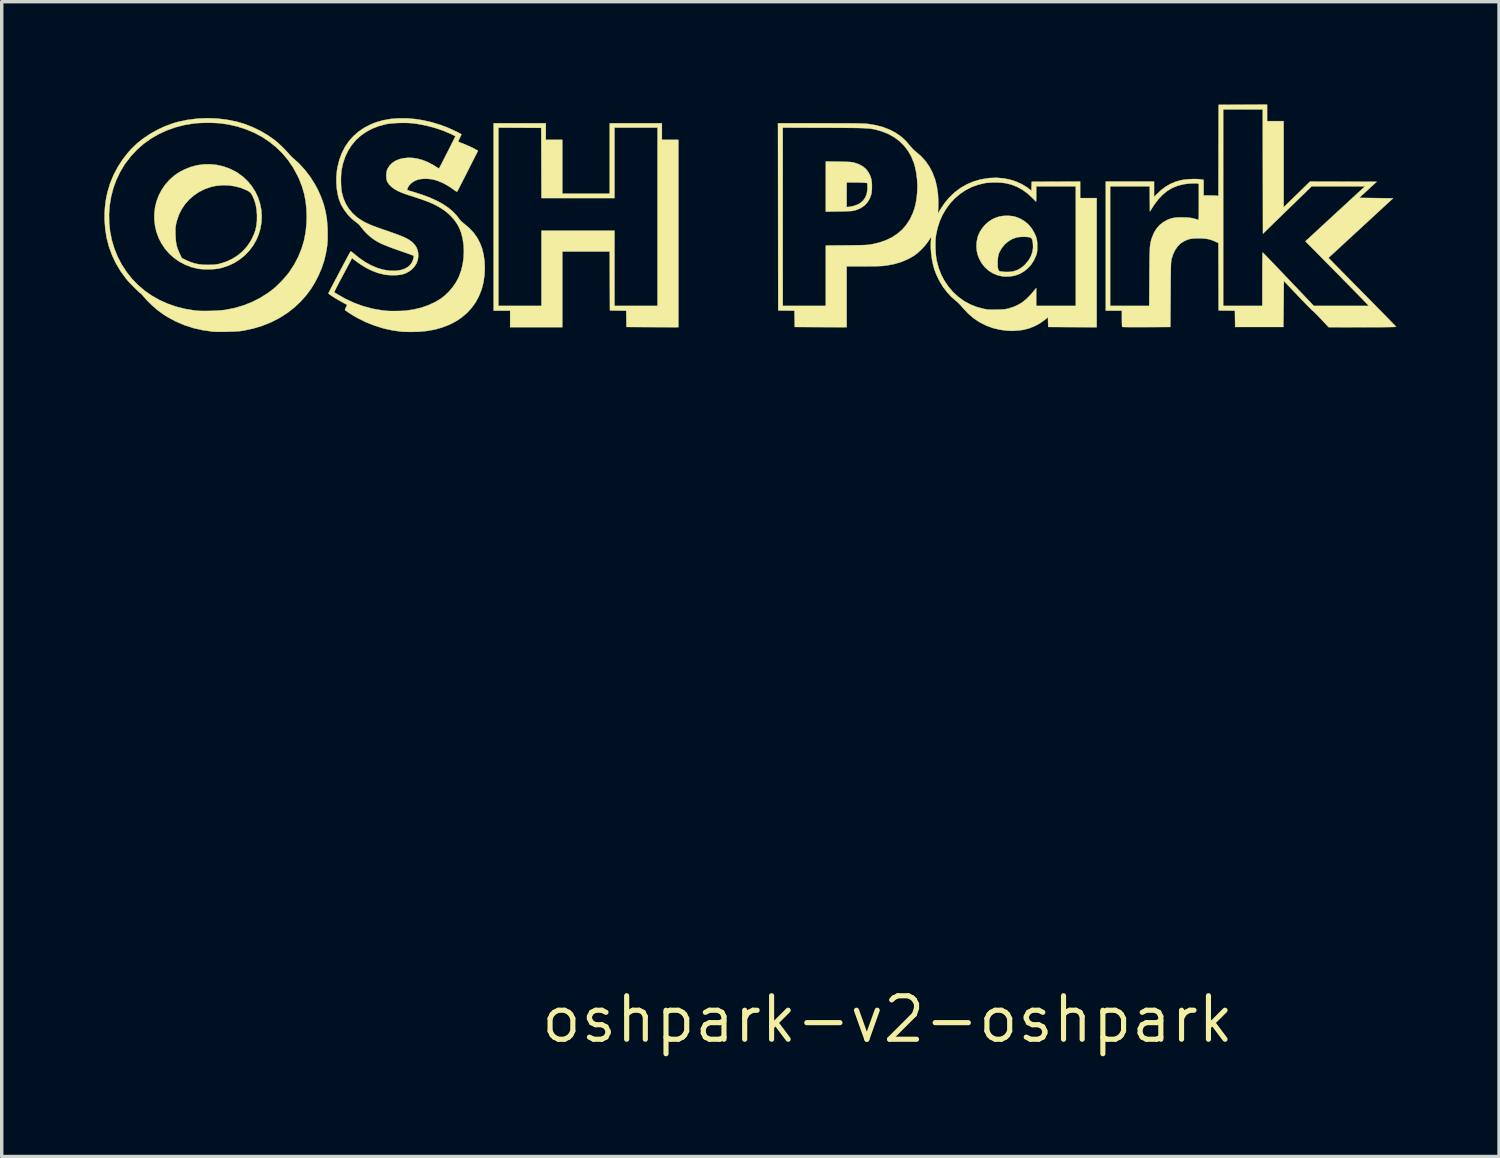
<source format=kicad_pcb>
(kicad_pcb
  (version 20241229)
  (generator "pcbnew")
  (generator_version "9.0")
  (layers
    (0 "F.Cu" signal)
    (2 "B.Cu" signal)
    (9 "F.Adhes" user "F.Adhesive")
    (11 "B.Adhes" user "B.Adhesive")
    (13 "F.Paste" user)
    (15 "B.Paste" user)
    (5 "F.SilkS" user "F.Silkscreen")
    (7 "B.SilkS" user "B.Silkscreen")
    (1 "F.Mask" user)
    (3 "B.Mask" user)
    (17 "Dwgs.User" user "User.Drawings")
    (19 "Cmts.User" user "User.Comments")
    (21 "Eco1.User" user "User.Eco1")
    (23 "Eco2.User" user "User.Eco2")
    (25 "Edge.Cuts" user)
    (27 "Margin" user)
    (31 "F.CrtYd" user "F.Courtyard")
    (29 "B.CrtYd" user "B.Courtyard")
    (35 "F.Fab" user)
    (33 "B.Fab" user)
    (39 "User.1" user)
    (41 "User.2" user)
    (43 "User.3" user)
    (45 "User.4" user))
  (footprint "oshpark-v2-oshpark"
    (layer "F.Cu")
    (at 22.875 26.726)
    (property "Reference" "oshpark-v2-oshpark" (at 0 0 0) (layer "F.SilkS") (effects (font (size 1.27 1.27) (thickness 0.15))))
    (attr through_hole)
    (fp_poly (pts (xy -9.982 -25.692) (xy -9.5 -25.692) (xy -9.5 -24.117) (xy -8.115 -24.117) (xy -8.115 -26.175) (xy -6.591 -26.175) (xy -6.591 -25.692) (xy -6.109 -25.692) (xy -6.109 -20.218) (xy -6.868 -20.221) (xy -7.626 -20.225) (xy -7.63 -20.463) (xy -7.633 -20.7) (xy -7.871 -20.704) (xy -8.109 -20.707) (xy -8.115 -22.428) (xy -9.5 -22.428) (xy -9.5 -20.218) (xy -11.024 -20.218) (xy -11.024 -20.701) (xy -11.506 -20.701) (xy -11.506 -20.841) (xy -11.367 -20.841) (xy -10.109 -20.841) (xy -10.109 -23.038) (xy -7.976 -23.038) (xy -7.976 -20.841) (xy -6.718 -20.841) (xy -6.718 -26.048) (xy -7.976 -26.048) (xy -7.976 -23.99) (xy -10.109 -23.99) (xy -10.116 -26.041) (xy -11.367 -26.048) (xy -11.367 -20.841) (xy -11.506 -20.841) (xy -11.506 -26.175) (xy -9.982 -26.175) (xy -9.982 -25.692)) (stroke (width 0.01) (type solid)) (fill yes) (layer "F.SilkS"))
    (fp_poly (pts (xy -1.432 -25.054) (xy -1.321 -25.052) (xy -1.232 -25.05) (xy -1.162 -25.048) (xy -1.106 -25.045) (xy -1.062 -25.041) (xy -1.026 -25.036) (xy -0.993 -25.029) (xy -0.963 -25.022) (xy -0.832 -24.976) (xy -0.722 -24.915) (xy -0.63 -24.838) (xy -0.558 -24.745) (xy -0.503 -24.635) (xy -0.476 -24.55) (xy -0.464 -24.482) (xy -0.457 -24.399) (xy -0.456 -24.309) (xy -0.459 -24.22) (xy -0.467 -24.141) (xy -0.476 -24.098) (xy -0.52 -23.976) (xy -0.584 -23.87) (xy -0.666 -23.78) (xy -0.768 -23.707) (xy -0.888 -23.651) (xy -0.969 -23.626) (xy -1 -23.62) (xy -1.039 -23.614) (xy -1.09 -23.61) (xy -1.155 -23.607) (xy -1.238 -23.604) (xy -1.341 -23.601) (xy -1.426 -23.6) (xy -1.803 -23.594) (xy -1.803 -23.727) (xy -1.194 -23.727) (xy -1.133 -23.733) (xy -1.086 -23.74) (xy -1.03 -23.75) (xy -0.997 -23.758) (xy -0.88 -23.798) (xy -0.783 -23.854) (xy -0.704 -23.928) (xy -0.645 -24.017) (xy -0.606 -24.121) (xy -0.588 -24.241) (xy -0.587 -24.333) (xy -0.591 -24.428) (xy -0.654 -24.437) (xy -0.687 -24.44) (xy -0.741 -24.442) (xy -0.808 -24.444) (xy -0.885 -24.446) (xy -0.956 -24.446) (xy -1.194 -24.448) (xy -1.194 -23.727) (xy -1.803 -23.727) (xy -1.803 -25.06) (xy -1.432 -25.054)) (stroke (width 0.01) (type solid)) (fill yes) (layer "F.SilkS"))
    (fp_poly (pts (xy 3.597 -23.469) (xy 3.693 -23.455) (xy 3.785 -23.427) (xy 3.88 -23.387) (xy 4.004 -23.313) (xy 4.115 -23.219) (xy 4.209 -23.107) (xy 4.284 -22.981) (xy 4.321 -22.901) (xy 4.347 -22.832) (xy 4.363 -22.764) (xy 4.371 -22.691) (xy 4.374 -22.603) (xy 4.374 -22.574) (xy 4.373 -22.501) (xy 4.37 -22.447) (xy 4.365 -22.404) (xy 4.356 -22.364) (xy 4.342 -22.322) (xy 4.34 -22.316) (xy 4.278 -22.177) (xy 4.198 -22.051) (xy 4.101 -21.942) (xy 3.989 -21.851) (xy 3.864 -21.779) (xy 3.744 -21.734) (xy 3.652 -21.713) (xy 3.55 -21.701) (xy 3.448 -21.698) (xy 3.357 -21.703) (xy 3.347 -21.705) (xy 3.203 -21.74) (xy 3.069 -21.797) (xy 2.948 -21.875) (xy 2.841 -21.972) (xy 2.76 -22.075) (xy 3.215 -22.075) (xy 3.218 -21.998) (xy 3.226 -21.936) (xy 3.228 -21.927) (xy 3.24 -21.889) (xy 3.253 -21.868) (xy 3.276 -21.856) (xy 3.302 -21.848) (xy 3.359 -21.839) (xy 3.433 -21.834) (xy 3.513 -21.833) (xy 3.59 -21.837) (xy 3.657 -21.846) (xy 3.677 -21.851) (xy 3.781 -21.884) (xy 3.872 -21.931) (xy 3.958 -21.994) (xy 4.02 -22.052) (xy 4.113 -22.163) (xy 4.183 -22.28) (xy 4.229 -22.403) (xy 4.25 -22.531) (xy 4.249 -22.633) (xy 4.241 -22.711) (xy 4.229 -22.767) (xy 4.212 -22.805) (xy 4.188 -22.83) (xy 4.158 -22.843) (xy 4.11 -22.852) (xy 4.044 -22.857) (xy 3.97 -22.859) (xy 3.893 -22.856) (xy 3.823 -22.85) (xy 3.768 -22.84) (xy 3.767 -22.84) (xy 3.647 -22.796) (xy 3.534 -22.73) (xy 3.433 -22.645) (xy 3.346 -22.544) (xy 3.277 -22.429) (xy 3.25 -22.367) (xy 3.235 -22.311) (xy 3.223 -22.239) (xy 3.217 -22.158) (xy 3.215 -22.075) (xy 2.76 -22.075) (xy 2.751 -22.087) (xy 2.678 -22.218) (xy 2.641 -22.309) (xy 2.61 -22.435) (xy 2.597 -22.571) (xy 2.604 -22.709) (xy 2.63 -22.84) (xy 2.642 -22.881) (xy 2.694 -22.999) (xy 2.767 -23.112) (xy 2.854 -23.214) (xy 2.953 -23.302) (xy 3.059 -23.37) (xy 3.073 -23.377) (xy 3.172 -23.421) (xy 3.262 -23.45) (xy 3.354 -23.467) (xy 3.457 -23.473) (xy 3.486 -23.474) (xy 3.597 -23.469)) (stroke (width 0.01) (type solid)) (fill yes) (layer "F.SilkS"))
    (fp_poly (pts (xy -19.594 -24.959) (xy -19.405 -24.917) (xy -19.22 -24.851) (xy -19.044 -24.764) (xy -18.974 -24.721) (xy -18.818 -24.606) (xy -18.681 -24.475) (xy -18.564 -24.329) (xy -18.465 -24.173) (xy -18.387 -24.006) (xy -18.33 -23.831) (xy -18.294 -23.651) (xy -18.28 -23.467) (xy -18.289 -23.281) (xy -18.32 -23.096) (xy -18.375 -22.913) (xy -18.433 -22.777) (xy -18.527 -22.609) (xy -18.642 -22.456) (xy -18.775 -22.317) (xy -18.924 -22.197) (xy -19.086 -22.094) (xy -19.261 -22.013) (xy -19.445 -21.953) (xy -19.563 -21.927) (xy -19.639 -21.918) (xy -19.732 -21.912) (xy -19.833 -21.909) (xy -19.936 -21.91) (xy -20.033 -21.915) (xy -20.115 -21.923) (xy -20.143 -21.927) (xy -20.334 -21.974) (xy -20.518 -22.045) (xy -20.691 -22.137) (xy -20.85 -22.25) (xy -20.973 -22.36) (xy -21.1 -22.504) (xy -21.205 -22.659) (xy -21.29 -22.824) (xy -21.353 -22.996) (xy -21.359 -23.021) (xy -20.801 -23.021) (xy -20.799 -22.941) (xy -20.799 -22.917) (xy -20.793 -22.796) (xy -20.782 -22.694) (xy -20.764 -22.602) (xy -20.738 -22.515) (xy -20.702 -22.424) (xy -20.676 -22.368) (xy -20.614 -22.238) (xy -20.496 -22.18) (xy -20.368 -22.124) (xy -20.246 -22.083) (xy -20.122 -22.057) (xy -19.989 -22.042) (xy -19.841 -22.039) (xy -19.812 -22.04) (xy -19.724 -22.043) (xy -19.654 -22.047) (xy -19.595 -22.055) (xy -19.539 -22.065) (xy -19.494 -22.076) (xy -19.307 -22.137) (xy -19.135 -22.218) (xy -18.978 -22.318) (xy -18.837 -22.437) (xy -18.713 -22.573) (xy -18.608 -22.725) (xy -18.571 -22.794) (xy -18.508 -22.928) (xy -18.463 -23.058) (xy -18.434 -23.191) (xy -18.419 -23.333) (xy -18.418 -23.49) (xy -18.419 -23.512) (xy -18.431 -23.663) (xy -18.455 -23.797) (xy -18.493 -23.923) (xy -18.528 -24.009) (xy -18.56 -24.075) (xy -18.59 -24.124) (xy -18.623 -24.16) (xy -18.664 -24.189) (xy -18.708 -24.213) (xy -18.877 -24.284) (xy -19.056 -24.334) (xy -19.241 -24.361) (xy -19.428 -24.366) (xy -19.613 -24.348) (xy -19.763 -24.316) (xy -19.943 -24.253) (xy -20.111 -24.169) (xy -20.264 -24.067) (xy -20.401 -23.946) (xy -20.521 -23.81) (xy -20.622 -23.658) (xy -20.703 -23.494) (xy -20.762 -23.317) (xy -20.78 -23.241) (xy -20.79 -23.187) (xy -20.797 -23.137) (xy -20.8 -23.084) (xy -20.801 -23.021) (xy -21.359 -23.021) (xy -21.395 -23.173) (xy -21.416 -23.353) (xy -21.416 -23.534) (xy -21.396 -23.713) (xy -21.354 -23.889) (xy -21.291 -24.06) (xy -21.207 -24.223) (xy -21.103 -24.377) (xy -20.978 -24.519) (xy -20.919 -24.574) (xy -20.834 -24.646) (xy -20.751 -24.707) (xy -20.661 -24.762) (xy -20.556 -24.816) (xy -20.542 -24.823) (xy -20.361 -24.897) (xy -20.173 -24.948) (xy -19.981 -24.975) (xy -19.788 -24.978) (xy -19.594 -24.959)) (stroke (width 0.01) (type solid)) (fill yes) (layer "F.SilkS"))
    (fp_poly (pts (xy -19.588 -26.314) (xy -19.3 -26.28) (xy -19.018 -26.224) (xy -18.996 -26.218) (xy -18.774 -26.152) (xy -18.551 -26.064) (xy -18.332 -25.959) (xy -18.123 -25.838) (xy -17.931 -25.706) (xy -17.867 -25.656) (xy -17.81 -25.607) (xy -17.743 -25.546) (xy -17.673 -25.479) (xy -17.604 -25.41) (xy -17.542 -25.345) (xy -17.492 -25.289) (xy -17.48 -25.275) (xy -17.444 -25.234) (xy -17.399 -25.189) (xy -17.364 -25.159) (xy -17.182 -24.992) (xy -17.013 -24.806) (xy -16.859 -24.604) (xy -16.723 -24.388) (xy -16.636 -24.225) (xy -16.542 -24.012) (xy -16.468 -23.801) (xy -16.413 -23.588) (xy -16.377 -23.367) (xy -16.358 -23.134) (xy -16.354 -22.968) (xy -16.354 -22.85) (xy -16.357 -22.75) (xy -16.363 -22.66) (xy -16.372 -22.573) (xy -16.386 -22.483) (xy -16.405 -22.38) (xy -16.41 -22.352) (xy -16.46 -22.148) (xy -16.531 -21.94) (xy -16.62 -21.732) (xy -16.723 -21.53) (xy -16.839 -21.34) (xy -16.963 -21.171) (xy -17.139 -20.971) (xy -17.332 -20.79) (xy -17.541 -20.628) (xy -17.766 -20.486) (xy -18.005 -20.364) (xy -18.258 -20.262) (xy -18.523 -20.181) (xy -18.802 -20.121) (xy -18.875 -20.109) (xy -18.934 -20.102) (xy -19.014 -20.097) (xy -19.108 -20.092) (xy -19.212 -20.088) (xy -19.321 -20.085) (xy -19.428 -20.084) (xy -19.53 -20.084) (xy -19.62 -20.085) (xy -19.693 -20.089) (xy -19.729 -20.092) (xy -20.015 -20.134) (xy -20.286 -20.196) (xy -20.544 -20.28) (xy -20.791 -20.386) (xy -21.027 -20.513) (xy -21.14 -20.584) (xy -21.314 -20.71) (xy -21.482 -20.854) (xy -21.641 -21.012) (xy -21.733 -21.117) (xy -21.767 -21.157) (xy -21.795 -21.188) (xy -21.814 -21.206) (xy -21.819 -21.209) (xy -21.834 -21.218) (xy -21.863 -21.242) (xy -21.903 -21.279) (xy -21.951 -21.326) (xy -22.005 -21.379) (xy -22.06 -21.436) (xy -22.115 -21.493) (xy -22.166 -21.547) (xy -22.209 -21.596) (xy -22.241 -21.633) (xy -22.401 -21.852) (xy -22.538 -22.081) (xy -22.651 -22.32) (xy -22.742 -22.568) (xy -22.809 -22.824) (xy -22.851 -23.089) (xy -22.87 -23.36) (xy -22.869 -23.526) (xy -22.74 -23.526) (xy -22.736 -23.271) (xy -22.71 -23.018) (xy -22.66 -22.767) (xy -22.587 -22.522) (xy -22.491 -22.283) (xy -22.488 -22.276) (xy -22.367 -22.045) (xy -22.227 -21.83) (xy -22.069 -21.631) (xy -21.892 -21.449) (xy -21.7 -21.285) (xy -21.491 -21.14) (xy -21.267 -21.013) (xy -21.03 -20.906) (xy -20.779 -20.819) (xy -20.517 -20.753) (xy -20.243 -20.708) (xy -20.187 -20.702) (xy -20.108 -20.696) (xy -20.01 -20.693) (xy -19.899 -20.693) (xy -19.781 -20.695) (xy -19.662 -20.699) (xy -19.548 -20.705) (xy -19.446 -20.713) (xy -19.361 -20.723) (xy -19.348 -20.725) (xy -19.075 -20.778) (xy -18.813 -20.855) (xy -18.561 -20.955) (xy -18.321 -21.077) (xy -18.093 -21.222) (xy -17.959 -21.321) (xy -17.888 -21.382) (xy -17.807 -21.458) (xy -17.722 -21.542) (xy -17.639 -21.631) (xy -17.563 -21.718) (xy -17.499 -21.797) (xy -17.473 -21.832) (xy -17.329 -22.053) (xy -17.211 -22.279) (xy -17.116 -22.512) (xy -17.044 -22.752) (xy -16.996 -23.002) (xy -16.971 -23.262) (xy -16.966 -23.438) (xy -16.974 -23.679) (xy -16.999 -23.905) (xy -17.041 -24.12) (xy -17.103 -24.33) (xy -17.184 -24.538) (xy -17.24 -24.658) (xy -17.365 -24.886) (xy -17.509 -25.097) (xy -17.671 -25.292) (xy -17.851 -25.469) (xy -18.048 -25.629) (xy -18.26 -25.771) (xy -18.487 -25.893) (xy -18.728 -25.995) (xy -18.982 -26.078) (xy -19.247 -26.139) (xy -19.436 -26.168) (xy -19.546 -26.179) (xy -19.674 -26.186) (xy -19.811 -26.189) (xy -19.951 -26.188) (xy -20.086 -26.184) (xy -20.208 -26.176) (xy -20.277 -26.168) (xy -20.55 -26.122) (xy -20.812 -26.054) (xy -21.061 -25.964) (xy -21.298 -25.854) (xy -21.521 -25.724) (xy -21.73 -25.574) (xy -21.922 -25.405) (xy -22.098 -25.217) (xy -22.257 -25.012) (xy -22.292 -24.96) (xy -22.422 -24.742) (xy -22.53 -24.513) (xy -22.616 -24.275) (xy -22.68 -24.029) (xy -22.721 -23.779) (xy -22.74 -23.526) (xy -22.869 -23.526) (xy -22.869 -23.552) (xy -22.858 -23.723) (xy -22.841 -23.879) (xy -22.815 -24.03) (xy -22.783 -24.173) (xy -22.708 -24.42) (xy -22.609 -24.661) (xy -22.487 -24.894) (xy -22.344 -25.115) (xy -22.181 -25.324) (xy -22.081 -25.434) (xy -21.917 -25.591) (xy -21.732 -25.737) (xy -21.531 -25.871) (xy -21.317 -25.99) (xy -21.095 -26.092) (xy -20.867 -26.175) (xy -20.733 -26.214) (xy -20.454 -26.274) (xy -20.168 -26.31) (xy -19.879 -26.324) (xy -19.588 -26.314)) (stroke (width 0.01) (type solid)) (fill yes) (layer "F.SilkS"))
    (fp_poly (pts (xy -1.751 -26.175) (xy -1.56 -26.174) (xy -1.391 -26.174) (xy -1.243 -26.174) (xy -1.114 -26.173) (xy -1.003 -26.172) (xy -0.907 -26.171) (xy -0.826 -26.169) (xy -0.758 -26.167) (xy -0.7 -26.165) (xy -0.652 -26.163) (xy -0.613 -26.16) (xy -0.579 -26.157) (xy -0.57 -26.156) (xy -0.343 -26.119) (xy -0.132 -26.063) (xy 0.061 -25.989) (xy 0.238 -25.896) (xy 0.397 -25.785) (xy 0.539 -25.655) (xy 0.659 -25.514) (xy 0.754 -25.406) (xy 0.833 -25.339) (xy 0.983 -25.21) (xy 1.113 -25.066) (xy 1.224 -24.905) (xy 1.316 -24.729) (xy 1.388 -24.537) (xy 1.44 -24.331) (xy 1.472 -24.111) (xy 1.484 -23.877) (xy 1.481 -23.73) (xy 1.473 -23.539) (xy 1.545 -23.66) (xy 1.669 -23.847) (xy 1.809 -24.013) (xy 1.964 -24.16) (xy 2.133 -24.286) (xy 2.315 -24.39) (xy 2.508 -24.473) (xy 2.713 -24.533) (xy 2.929 -24.57) (xy 2.978 -24.575) (xy 3.18 -24.583) (xy 3.379 -24.568) (xy 3.571 -24.531) (xy 3.754 -24.473) (xy 3.926 -24.395) (xy 4.084 -24.298) (xy 4.111 -24.277) (xy 4.203 -24.208) (xy 4.206 -24.337) (xy 4.21 -24.467) (xy 5.626 -24.473) (xy 5.626 -23.99) (xy 6.109 -23.99) (xy 6.109 -20.218) (xy 5.401 -20.221) (xy 4.693 -20.225) (xy 4.689 -20.367) (xy 4.685 -20.509) (xy 4.575 -20.42) (xy 4.44 -20.325) (xy 4.29 -20.246) (xy 4.132 -20.184) (xy 3.971 -20.142) (xy 3.817 -20.122) (xy 3.761 -20.119) (xy 3.712 -20.116) (xy 3.678 -20.113) (xy 3.67 -20.112) (xy 3.645 -20.112) (xy 3.601 -20.113) (xy 3.545 -20.115) (xy 3.498 -20.118) (xy 3.284 -20.144) (xy 3.077 -20.194) (xy 2.879 -20.267) (xy 2.691 -20.363) (xy 2.516 -20.479) (xy 2.354 -20.617) (xy 2.207 -20.774) (xy 2.183 -20.803) (xy 2.129 -20.866) (xy 2.068 -20.927) (xy 2.01 -20.979) (xy 2 -20.987) (xy 1.864 -21.104) (xy 1.737 -21.243) (xy 1.62 -21.398) (xy 1.517 -21.566) (xy 1.431 -21.742) (xy 1.373 -21.892) (xy 1.33 -22.044) (xy 1.297 -22.21) (xy 1.274 -22.382) (xy 1.263 -22.55) (xy 1.265 -22.658) (xy 1.398 -22.658) (xy 1.4 -22.543) (xy 1.405 -22.427) (xy 1.413 -22.317) (xy 1.426 -22.22) (xy 1.435 -22.168) (xy 1.491 -21.955) (xy 1.567 -21.758) (xy 1.662 -21.575) (xy 1.778 -21.404) (xy 1.914 -21.246) (xy 2.066 -21.105) (xy 2.231 -20.986) (xy 2.409 -20.888) (xy 2.601 -20.811) (xy 2.806 -20.756) (xy 2.927 -20.734) (xy 2.952 -20.733) (xy 2.998 -20.732) (xy 3.058 -20.731) (xy 3.13 -20.732) (xy 3.194 -20.732) (xy 3.282 -20.734) (xy 3.35 -20.737) (xy 3.404 -20.741) (xy 3.45 -20.747) (xy 3.495 -20.756) (xy 3.543 -20.768) (xy 3.689 -20.815) (xy 3.82 -20.875) (xy 3.941 -20.949) (xy 4.055 -21.042) (xy 4.168 -21.155) (xy 4.235 -21.232) (xy 4.343 -21.364) (xy 4.343 -20.841) (xy 5.499 -20.841) (xy 5.499 -24.333) (xy 4.343 -24.333) (xy 4.343 -24.111) (xy 4.343 -24.039) (xy 4.342 -23.977) (xy 4.341 -23.928) (xy 4.34 -23.898) (xy 4.338 -23.889) (xy 4.328 -23.897) (xy 4.304 -23.92) (xy 4.27 -23.955) (xy 4.234 -23.992) (xy 4.088 -24.126) (xy 3.936 -24.236) (xy 3.776 -24.323) (xy 3.608 -24.387) (xy 3.43 -24.428) (xy 3.428 -24.428) (xy 3.331 -24.439) (xy 3.219 -24.446) (xy 3.101 -24.447) (xy 2.987 -24.442) (xy 2.884 -24.433) (xy 2.844 -24.427) (xy 2.647 -24.381) (xy 2.459 -24.313) (xy 2.283 -24.223) (xy 2.118 -24.113) (xy 1.968 -23.985) (xy 1.832 -23.84) (xy 1.712 -23.679) (xy 1.609 -23.504) (xy 1.524 -23.315) (xy 1.46 -23.115) (xy 1.416 -22.905) (xy 1.409 -22.852) (xy 1.401 -22.763) (xy 1.398 -22.658) (xy 1.265 -22.658) (xy 1.266 -22.708) (xy 1.267 -22.729) (xy 1.271 -22.783) (xy 1.274 -22.825) (xy 1.275 -22.851) (xy 1.275 -22.856) (xy 1.267 -22.845) (xy 1.249 -22.817) (xy 1.222 -22.777) (xy 1.193 -22.733) (xy 1.13 -22.646) (xy 1.052 -22.555) (xy 0.965 -22.466) (xy 0.877 -22.385) (xy 0.793 -22.32) (xy 0.775 -22.308) (xy 0.602 -22.209) (xy 0.414 -22.129) (xy 0.211 -22.067) (xy -0.008 -22.024) (xy -0.117 -22.01) (xy -0.158 -22.007) (xy -0.222 -22.004) (xy -0.302 -22.001) (xy -0.397 -21.999) (xy -0.502 -21.998) (xy -0.613 -21.997) (xy -0.717 -21.996) (xy -1.194 -21.996) (xy -1.194 -20.218) (xy -1.953 -20.221) (xy -2.711 -20.225) (xy -2.715 -20.463) (xy -2.718 -20.7) (xy -2.956 -20.704) (xy -3.194 -20.707) (xy -3.194 -20.841) (xy -3.061 -20.841) (xy -1.803 -20.841) (xy -1.803 -22.604) (xy -1.197 -22.61) (xy -1.054 -22.611) (xy -0.934 -22.613) (xy -0.833 -22.614) (xy -0.75 -22.616) (xy -0.682 -22.618) (xy -0.626 -22.621) (xy -0.579 -22.624) (xy -0.539 -22.628) (xy -0.503 -22.633) (xy -0.468 -22.639) (xy -0.45 -22.642) (xy -0.238 -22.692) (xy -0.044 -22.76) (xy 0.131 -22.845) (xy 0.287 -22.948) (xy 0.426 -23.068) (xy 0.546 -23.206) (xy 0.648 -23.362) (xy 0.67 -23.403) (xy 0.733 -23.537) (xy 0.783 -23.674) (xy 0.821 -23.82) (xy 0.848 -23.98) (xy 0.865 -24.14) (xy 0.873 -24.337) (xy 0.863 -24.538) (xy 0.838 -24.733) (xy 0.799 -24.919) (xy 0.764 -25.032) (xy 0.691 -25.21) (xy 0.597 -25.372) (xy 0.484 -25.519) (xy 0.353 -25.649) (xy 0.205 -25.761) (xy 0.04 -25.855) (xy -0.141 -25.929) (xy -0.232 -25.958) (xy -0.279 -25.971) (xy -0.322 -25.982) (xy -0.362 -25.993) (xy -0.402 -26.002) (xy -0.442 -26.009) (xy -0.486 -26.016) (xy -0.534 -26.022) (xy -0.588 -26.026) (xy -0.65 -26.03) (xy -0.722 -26.034) (xy -0.805 -26.036) (xy -0.902 -26.038) (xy -1.014 -26.04) (xy -1.143 -26.041) (xy -1.29 -26.042) (xy -1.457 -26.043) (xy -1.647 -26.044) (xy -1.845 -26.044) (xy -3.061 -26.049) (xy -3.061 -20.841) (xy -3.194 -20.841) (xy -3.2 -26.175) (xy -1.965 -26.175) (xy -1.751 -26.175)) (stroke (width 0.01) (type solid)) (fill yes) (layer "F.SilkS"))
    (fp_poly (pts (xy 11.087 -26.238) (xy 11.57 -26.238) (xy 11.57 -23.721) (xy 11.956 -24.097) (xy 12.341 -24.473) (xy 13.314 -24.47) (xy 14.287 -24.467) (xy 13.776 -23.997) (xy 14.271 -23.99) (xy 14.766 -23.984) (xy 13.823 -23.114) (xy 12.879 -22.244) (xy 13.047 -22.073) (xy 13.081 -22.038) (xy 13.132 -21.987) (xy 13.197 -21.921) (xy 13.275 -21.841) (xy 13.364 -21.751) (xy 13.463 -21.65) (xy 13.571 -21.541) (xy 13.685 -21.426) (xy 13.803 -21.305) (xy 13.926 -21.181) (xy 14.034 -21.071) (xy 14.153 -20.95) (xy 14.267 -20.834) (xy 14.375 -20.725) (xy 14.475 -20.623) (xy 14.567 -20.53) (xy 14.648 -20.447) (xy 14.717 -20.375) (xy 14.774 -20.317) (xy 14.817 -20.272) (xy 14.845 -20.243) (xy 14.857 -20.23) (xy 14.857 -20.23) (xy 14.845 -20.228) (xy 14.809 -20.226) (xy 14.751 -20.224) (xy 14.672 -20.223) (xy 14.573 -20.221) (xy 14.455 -20.22) (xy 14.32 -20.219) (xy 14.17 -20.219) (xy 14.006 -20.219) (xy 13.873 -20.218) (xy 12.884 -20.219) (xy 12.662 -20.455) (xy 12.601 -20.519) (xy 12.544 -20.578) (xy 12.495 -20.628) (xy 12.456 -20.666) (xy 12.429 -20.691) (xy 12.419 -20.699) (xy 12.406 -20.71) (xy 12.377 -20.737) (xy 12.335 -20.779) (xy 12.281 -20.834) (xy 12.216 -20.9) (xy 12.144 -20.975) (xy 12.064 -21.057) (xy 11.987 -21.138) (xy 11.576 -21.57) (xy 11.57 -20.897) (xy 11.563 -20.225) (xy 10.154 -20.225) (xy 10.15 -20.463) (xy 10.147 -20.7) (xy 9.909 -20.704) (xy 9.671 -20.707) (xy 9.668 -21.693) (xy 9.665 -22.679) (xy 9.578 -22.718) (xy 9.488 -22.756) (xy 9.404 -22.783) (xy 9.317 -22.801) (xy 9.22 -22.811) (xy 9.106 -22.815) (xy 9.1 -22.815) (xy 9.002 -22.814) (xy 8.923 -22.81) (xy 8.857 -22.801) (xy 8.797 -22.786) (xy 8.737 -22.764) (xy 8.676 -22.737) (xy 8.574 -22.675) (xy 8.484 -22.591) (xy 8.408 -22.485) (xy 8.346 -22.36) (xy 8.303 -22.231) (xy 8.298 -22.212) (xy 8.293 -22.193) (xy 8.289 -22.172) (xy 8.286 -22.147) (xy 8.283 -22.118) (xy 8.28 -22.081) (xy 8.278 -22.035) (xy 8.276 -21.978) (xy 8.275 -21.909) (xy 8.274 -21.824) (xy 8.272 -21.724) (xy 8.271 -21.604) (xy 8.27 -21.464) (xy 8.269 -21.302) (xy 8.268 -21.177) (xy 8.261 -20.225) (xy 7.562 -20.221) (xy 7.431 -20.221) (xy 7.308 -20.221) (xy 7.194 -20.221) (xy 7.093 -20.221) (xy 7.007 -20.222) (xy 6.938 -20.223) (xy 6.888 -20.224) (xy 6.86 -20.226) (xy 6.854 -20.227) (xy 6.851 -20.242) (xy 6.849 -20.278) (xy 6.847 -20.331) (xy 6.846 -20.397) (xy 6.845 -20.468) (xy 6.845 -20.701) (xy 6.375 -20.701) (xy 6.375 -24.333) (xy 6.502 -24.333) (xy 6.502 -20.841) (xy 7.643 -20.841) (xy 7.649 -21.695) (xy 7.65 -21.872) (xy 7.652 -22.025) (xy 7.653 -22.158) (xy 7.655 -22.271) (xy 7.657 -22.367) (xy 7.66 -22.449) (xy 7.663 -22.517) (xy 7.667 -22.575) (xy 7.672 -22.624) (xy 7.679 -22.667) (xy 7.686 -22.705) (xy 7.695 -22.741) (xy 7.705 -22.777) (xy 7.717 -22.815) (xy 7.722 -22.831) (xy 7.781 -22.974) (xy 7.857 -23.099) (xy 7.95 -23.205) (xy 8.06 -23.292) (xy 8.186 -23.36) (xy 8.306 -23.402) (xy 8.37 -23.414) (xy 8.452 -23.423) (xy 8.547 -23.427) (xy 8.647 -23.426) (xy 8.746 -23.422) (xy 8.837 -23.414) (xy 8.914 -23.401) (xy 8.94 -23.395) (xy 8.992 -23.381) (xy 9.036 -23.367) (xy 9.065 -23.356) (xy 9.07 -23.354) (xy 9.076 -23.352) (xy 9.081 -23.354) (xy 9.084 -23.362) (xy 9.087 -23.379) (xy 9.089 -23.406) (xy 9.091 -23.446) (xy 9.092 -23.502) (xy 9.093 -23.574) (xy 9.093 -23.666) (xy 9.093 -23.779) (xy 9.093 -23.875) (xy 9.093 -24.408) (xy 9.047 -24.417) (xy 9.007 -24.42) (xy 8.949 -24.421) (xy 8.879 -24.418) (xy 8.803 -24.413) (xy 8.728 -24.405) (xy 8.661 -24.396) (xy 8.633 -24.391) (xy 8.468 -24.348) (xy 8.315 -24.285) (xy 8.172 -24.199) (xy 8.039 -24.092) (xy 7.914 -23.961) (xy 7.797 -23.807) (xy 7.751 -23.736) (xy 7.664 -23.598) (xy 7.661 -23.966) (xy 7.658 -24.333) (xy 6.502 -24.333) (xy 6.375 -24.333) (xy 6.375 -24.473) (xy 7.785 -24.473) (xy 7.785 -24.247) (xy 7.785 -24.022) (xy 7.859 -24.099) (xy 7.992 -24.224) (xy 8.126 -24.325) (xy 8.266 -24.406) (xy 8.415 -24.468) (xy 8.572 -24.512) (xy 8.647 -24.526) (xy 8.738 -24.536) (xy 8.836 -24.543) (xy 8.935 -24.547) (xy 9.027 -24.546) (xy 9.106 -24.542) (xy 9.141 -24.537) (xy 9.233 -24.521) (xy 9.233 -24.067) (xy 9.401 -24.066) (xy 9.469 -24.066) (xy 9.531 -24.064) (xy 9.582 -24.062) (xy 9.615 -24.059) (xy 9.617 -24.058) (xy 9.665 -24.05) (xy 9.671 -26.581) (xy 9.804 -26.581) (xy 9.804 -20.841) (xy 10.947 -20.841) (xy 10.947 -21.622) (xy 10.948 -21.76) (xy 10.948 -21.89) (xy 10.949 -22.011) (xy 10.95 -22.119) (xy 10.951 -22.213) (xy 10.952 -22.291) (xy 10.953 -22.349) (xy 10.955 -22.387) (xy 10.957 -22.403) (xy 10.957 -22.403) (xy 10.967 -22.394) (xy 10.993 -22.368) (xy 11.034 -22.326) (xy 11.089 -22.269) (xy 11.156 -22.2) (xy 11.234 -22.119) (xy 11.322 -22.028) (xy 11.418 -21.927) (xy 11.521 -21.819) (xy 11.63 -21.704) (xy 11.709 -21.622) (xy 12.452 -20.841) (xy 14.061 -20.841) (xy 13.822 -21.088) (xy 13.773 -21.138) (xy 13.708 -21.204) (xy 13.63 -21.284) (xy 13.54 -21.376) (xy 13.44 -21.477) (xy 13.333 -21.586) (xy 13.221 -21.701) (xy 13.105 -21.818) (xy 12.987 -21.937) (xy 12.894 -22.031) (xy 12.206 -22.728) (xy 13.031 -23.489) (xy 13.155 -23.603) (xy 13.274 -23.713) (xy 13.387 -23.817) (xy 13.493 -23.915) (xy 13.59 -24.004) (xy 13.676 -24.083) (xy 13.751 -24.152) (xy 13.813 -24.209) (xy 13.86 -24.252) (xy 13.891 -24.28) (xy 13.904 -24.292) (xy 13.951 -24.333) (xy 13.169 -24.333) (xy 12.387 -24.333) (xy 10.966 -22.95) (xy 10.963 -24.766) (xy 10.96 -26.581) (xy 9.804 -26.581) (xy 9.671 -26.581) (xy 9.671 -26.714) (xy 11.087 -26.721) (xy 11.087 -26.238)) (stroke (width 0.01) (type solid)) (fill yes) (layer "F.SilkS"))
    (fp_poly (pts (xy -14.054 -26.32) (xy -13.81 -26.3) (xy -13.561 -26.261) (xy -13.309 -26.203) (xy -13.056 -26.126) (xy -12.897 -26.067) (xy -12.845 -26.046) (xy -12.784 -26.019) (xy -12.718 -25.99) (xy -12.651 -25.958) (xy -12.587 -25.928) (xy -12.531 -25.9) (xy -12.486 -25.876) (xy -12.456 -25.859) (xy -12.446 -25.85) (xy -12.451 -25.837) (xy -12.466 -25.806) (xy -12.486 -25.764) (xy -12.497 -25.743) (xy -12.518 -25.698) (xy -12.533 -25.662) (xy -12.539 -25.64) (xy -12.538 -25.637) (xy -12.523 -25.63) (xy -12.489 -25.617) (xy -12.444 -25.598) (xy -12.414 -25.587) (xy -12.304 -25.542) (xy -12.198 -25.495) (xy -12.103 -25.45) (xy -12.031 -25.411) (xy -11.963 -25.372) (xy -12.263 -24.78) (xy -12.321 -24.666) (xy -12.375 -24.559) (xy -12.426 -24.46) (xy -12.47 -24.373) (xy -12.508 -24.3) (xy -12.538 -24.241) (xy -12.56 -24.2) (xy -12.572 -24.179) (xy -12.573 -24.177) (xy -12.586 -24.18) (xy -12.615 -24.196) (xy -12.655 -24.223) (xy -12.702 -24.257) (xy -12.797 -24.323) (xy -12.906 -24.387) (xy -13.019 -24.444) (xy -13.131 -24.49) (xy -13.232 -24.523) (xy -13.24 -24.525) (xy -13.339 -24.544) (xy -13.446 -24.553) (xy -13.552 -24.553) (xy -13.649 -24.544) (xy -13.728 -24.526) (xy -13.82 -24.487) (xy -13.9 -24.435) (xy -13.964 -24.373) (xy -14.008 -24.304) (xy -14.021 -24.269) (xy -14.028 -24.241) (xy -14.03 -24.225) (xy -14.03 -24.225) (xy -14.018 -24.221) (xy -13.985 -24.21) (xy -13.935 -24.195) (xy -13.873 -24.176) (xy -13.805 -24.156) (xy -13.566 -24.078) (xy -13.351 -23.996) (xy -13.159 -23.908) (xy -12.988 -23.815) (xy -12.838 -23.714) (xy -12.707 -23.607) (xy -12.595 -23.491) (xy -12.5 -23.367) (xy -12.471 -23.333) (xy -12.429 -23.291) (xy -12.381 -23.251) (xy -12.368 -23.241) (xy -12.217 -23.115) (xy -12.088 -22.976) (xy -11.981 -22.824) (xy -11.896 -22.659) (xy -11.844 -22.519) (xy -11.798 -22.334) (xy -11.771 -22.137) (xy -11.763 -21.933) (xy -11.774 -21.729) (xy -11.804 -21.528) (xy -11.853 -21.335) (xy -11.862 -21.308) (xy -11.939 -21.117) (xy -12.035 -20.94) (xy -12.152 -20.778) (xy -12.287 -20.632) (xy -12.439 -20.502) (xy -12.61 -20.389) (xy -12.796 -20.293) (xy -12.998 -20.214) (xy -13.215 -20.152) (xy -13.446 -20.11) (xy -13.691 -20.086) (xy -13.913 -20.081) (xy -13.988 -20.082) (xy -14.059 -20.083) (xy -14.119 -20.085) (xy -14.162 -20.086) (xy -14.18 -20.087) (xy -14.446 -20.123) (xy -14.713 -20.181) (xy -14.977 -20.262) (xy -15.233 -20.363) (xy -15.478 -20.484) (xy -15.481 -20.486) (xy -15.549 -20.524) (xy -15.617 -20.565) (xy -15.682 -20.605) (xy -15.742 -20.644) (xy -15.791 -20.678) (xy -15.828 -20.704) (xy -15.847 -20.722) (xy -15.85 -20.726) (xy -15.844 -20.744) (xy -15.83 -20.777) (xy -15.817 -20.804) (xy -15.8 -20.84) (xy -15.79 -20.864) (xy -15.788 -20.871) (xy -15.8 -20.878) (xy -15.83 -20.895) (xy -15.874 -20.919) (xy -15.928 -20.948) (xy -15.938 -20.954) (xy -16.007 -20.993) (xy -16.078 -21.034) (xy -16.146 -21.075) (xy -16.208 -21.115) (xy -16.261 -21.15) (xy -16.302 -21.179) (xy -16.326 -21.2) (xy -16.332 -21.208) (xy -16.326 -21.221) (xy -16.316 -21.241) (xy -16.165 -21.241) (xy -16.153 -21.233) (xy -16.125 -21.215) (xy -16.091 -21.193) (xy -15.839 -21.049) (xy -15.579 -20.928) (xy -15.312 -20.831) (xy -15.039 -20.758) (xy -14.76 -20.71) (xy -14.637 -20.697) (xy -14.573 -20.693) (xy -14.49 -20.691) (xy -14.397 -20.691) (xy -14.301 -20.692) (xy -14.209 -20.694) (xy -14.127 -20.698) (xy -14.077 -20.702) (xy -13.845 -20.735) (xy -13.622 -20.789) (xy -13.412 -20.861) (xy -13.215 -20.952) (xy -13.056 -21.048) (xy -12.932 -21.143) (xy -12.814 -21.257) (xy -12.705 -21.386) (xy -12.609 -21.524) (xy -12.533 -21.665) (xy -12.519 -21.697) (xy -12.456 -21.869) (xy -12.411 -22.052) (xy -12.384 -22.242) (xy -12.375 -22.434) (xy -12.384 -22.624) (xy -12.411 -22.808) (xy -12.456 -22.981) (xy -12.496 -23.089) (xy -12.566 -23.224) (xy -12.658 -23.355) (xy -12.769 -23.479) (xy -12.896 -23.592) (xy -13 -23.667) (xy -13.072 -23.712) (xy -13.145 -23.755) (xy -13.223 -23.795) (xy -13.307 -23.835) (xy -13.4 -23.874) (xy -13.506 -23.915) (xy -13.626 -23.958) (xy -13.764 -24.004) (xy -13.922 -24.055) (xy -14.046 -24.094) (xy -14.111 -24.117) (xy -14.187 -24.146) (xy -14.262 -24.178) (xy -14.3 -24.196) (xy -14.406 -24.255) (xy -14.494 -24.321) (xy -14.563 -24.391) (xy -14.61 -24.463) (xy -14.624 -24.497) (xy -14.638 -24.565) (xy -14.642 -24.646) (xy -14.637 -24.728) (xy -14.622 -24.802) (xy -14.606 -24.843) (xy -14.548 -24.935) (xy -14.472 -25.013) (xy -14.378 -25.076) (xy -14.27 -25.123) (xy -14.149 -25.153) (xy -14.018 -25.167) (xy -13.879 -25.164) (xy -13.735 -25.143) (xy -13.587 -25.103) (xy -13.578 -25.1) (xy -13.418 -25.035) (xy -13.255 -24.947) (xy -13.205 -24.915) (xy -13.161 -24.887) (xy -13.126 -24.867) (xy -13.105 -24.856) (xy -13.101 -24.855) (xy -13.094 -24.868) (xy -13.077 -24.9) (xy -13.051 -24.949) (xy -13.019 -25.012) (xy -12.981 -25.086) (xy -12.939 -25.168) (xy -12.895 -25.255) (xy -12.849 -25.344) (xy -12.804 -25.433) (xy -12.761 -25.518) (xy -12.721 -25.597) (xy -12.686 -25.667) (xy -12.658 -25.724) (xy -12.637 -25.766) (xy -12.626 -25.79) (xy -12.624 -25.794) (xy -12.635 -25.803) (xy -12.664 -25.819) (xy -12.708 -25.841) (xy -12.76 -25.866) (xy -12.992 -25.964) (xy -13.239 -26.046) (xy -13.493 -26.112) (xy -13.748 -26.159) (xy -13.88 -26.176) (xy -13.974 -26.183) (xy -14.082 -26.186) (xy -14.198 -26.186) (xy -14.316 -26.183) (xy -14.429 -26.176) (xy -14.532 -26.167) (xy -14.619 -26.155) (xy -14.649 -26.149) (xy -14.859 -26.093) (xy -15.053 -26.018) (xy -15.229 -25.924) (xy -15.389 -25.812) (xy -15.53 -25.683) (xy -15.653 -25.537) (xy -15.757 -25.375) (xy -15.842 -25.197) (xy -15.906 -25.004) (xy -15.947 -24.816) (xy -15.958 -24.719) (xy -15.965 -24.607) (xy -15.966 -24.488) (xy -15.963 -24.37) (xy -15.955 -24.261) (xy -15.942 -24.168) (xy -15.941 -24.162) (xy -15.895 -23.988) (xy -15.828 -23.83) (xy -15.741 -23.686) (xy -15.633 -23.555) (xy -15.534 -23.462) (xy -15.466 -23.409) (xy -15.396 -23.36) (xy -15.32 -23.314) (xy -15.236 -23.269) (xy -15.14 -23.225) (xy -15.029 -23.179) (xy -14.9 -23.131) (xy -14.75 -23.078) (xy -14.707 -23.063) (xy -14.553 -23.01) (xy -14.421 -22.964) (xy -14.309 -22.923) (xy -14.214 -22.886) (xy -14.134 -22.852) (xy -14.067 -22.821) (xy -14.011 -22.791) (xy -13.962 -22.761) (xy -13.92 -22.73) (xy -13.881 -22.698) (xy -13.873 -22.691) (xy -13.805 -22.619) (xy -13.758 -22.546) (xy -13.727 -22.464) (xy -13.713 -22.403) (xy -13.706 -22.29) (xy -13.723 -22.181) (xy -13.761 -22.079) (xy -13.82 -21.986) (xy -13.897 -21.905) (xy -13.991 -21.837) (xy -14.101 -21.784) (xy -14.183 -21.759) (xy -14.253 -21.747) (xy -14.34 -21.739) (xy -14.437 -21.737) (xy -14.536 -21.739) (xy -14.629 -21.746) (xy -14.708 -21.757) (xy -14.715 -21.759) (xy -14.888 -21.804) (xy -15.055 -21.866) (xy -15.22 -21.947) (xy -15.386 -22.048) (xy -15.546 -22.162) (xy -15.643 -22.236) (xy -15.906 -21.741) (xy -15.961 -21.638) (xy -16.012 -21.542) (xy -16.057 -21.455) (xy -16.096 -21.38) (xy -16.127 -21.319) (xy -16.15 -21.274) (xy -16.163 -21.248) (xy -16.165 -21.241) (xy -16.316 -21.241) (xy -16.31 -21.253) (xy -16.284 -21.304) (xy -16.251 -21.369) (xy -16.21 -21.446) (xy -16.165 -21.533) (xy -16.115 -21.628) (xy -16.062 -21.727) (xy -16.009 -21.829) (xy -15.955 -21.93) (xy -15.903 -22.029) (xy -15.853 -22.122) (xy -15.807 -22.208) (xy -15.767 -22.284) (xy -15.733 -22.346) (xy -15.707 -22.394) (xy -15.69 -22.423) (xy -15.685 -22.432) (xy -15.671 -22.429) (xy -15.645 -22.413) (xy -15.61 -22.385) (xy -15.6 -22.377) (xy -15.426 -22.236) (xy -15.25 -22.117) (xy -15.073 -22.02) (xy -14.896 -21.946) (xy -14.721 -21.896) (xy -14.548 -21.869) (xy -14.379 -21.866) (xy -14.328 -21.87) (xy -14.201 -21.892) (xy -14.093 -21.93) (xy -14.002 -21.985) (xy -13.929 -22.057) (xy -13.898 -22.101) (xy -13.879 -22.138) (xy -13.861 -22.183) (xy -13.847 -22.23) (xy -13.839 -22.27) (xy -13.838 -22.298) (xy -13.841 -22.304) (xy -13.855 -22.311) (xy -13.891 -22.325) (xy -13.944 -22.345) (xy -14.011 -22.369) (xy -14.09 -22.397) (xy -14.178 -22.428) (xy -14.194 -22.433) (xy -14.347 -22.487) (xy -14.479 -22.534) (xy -14.592 -22.577) (xy -14.688 -22.616) (xy -14.772 -22.652) (xy -14.845 -22.687) (xy -14.91 -22.723) (xy -14.97 -22.759) (xy -15.028 -22.798) (xy -15.062 -22.822) (xy -15.126 -22.874) (xy -15.195 -22.938) (xy -15.264 -23.007) (xy -15.326 -23.077) (xy -15.375 -23.139) (xy -15.385 -23.153) (xy -15.441 -23.221) (xy -15.518 -23.284) (xy -15.521 -23.286) (xy -15.648 -23.386) (xy -15.765 -23.507) (xy -15.869 -23.643) (xy -15.956 -23.79) (xy -15.971 -23.822) (xy -16.023 -23.953) (xy -16.061 -24.102) (xy -16.087 -24.264) (xy -16.1 -24.434) (xy -16.099 -24.608) (xy -16.084 -24.782) (xy -16.065 -24.897) (xy -16.013 -25.109) (xy -15.94 -25.305) (xy -15.847 -25.486) (xy -15.734 -25.651) (xy -15.602 -25.799) (xy -15.451 -25.931) (xy -15.283 -26.046) (xy -15.096 -26.142) (xy -14.936 -26.206) (xy -14.734 -26.263) (xy -14.518 -26.302) (xy -14.29 -26.32) (xy -14.054 -26.32)) (stroke (width 0.01) (type solid)) (fill yes) (layer "F.SilkS")))
  (gr_rect
    (start -3 -3)
    (end 40.737 30.732)
    (stroke (width 0.1) (type default))
    (fill no)
    (layer "Edge.Cuts")))
</source>
